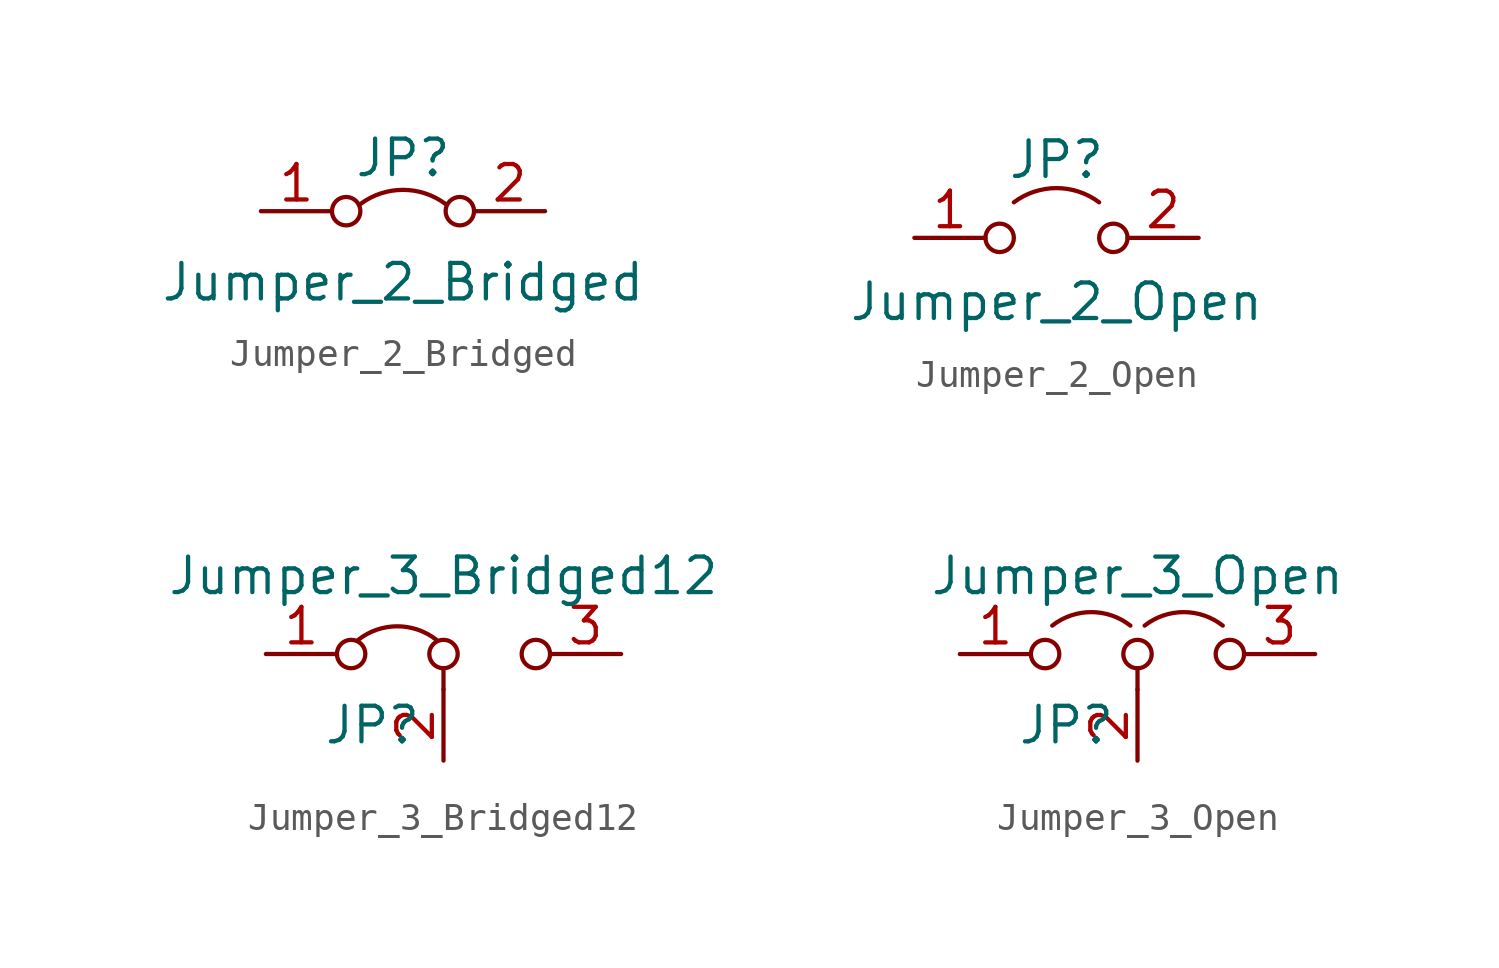
<source format=kicad_sym>
(kicad_symbol_lib
  (version 20200908)
  (generator kicad_symbol_editor)
  (symbol "Jumper:Jumper_2_Bridged"
    (pin_names
      (offset 0) hide)
    (property "Reference" "JP"
      (at 0 1.905 0)
      (effects (font (size 1.27 1.27))))
    (property "Value" "Jumper_2_Bridged"
      (at 0 -2.54 0)
      (effects (font (size 1.27 1.27))))
    (symbol "Jumper_2_Bridged_0_1"
      (arc (start -1.524 0.254) (end 1.524 0.254) (radius (at 0 -1.778) (length 2.54) (angles 126.9 53.1)) (stroke (width 0)) (fill (type none))))
    (symbol "Jumper_2_Bridged_0_0"
      (circle (center -2.032 0) (radius 0.508) (stroke (width 0)) (fill (type none)))
      (circle (center 2.032 0) (radius 0.508) (stroke (width 0)) (fill (type none))))
    (symbol "Jumper_2_Bridged_1_1"
      (pin passive line (at -5.08 0 0) (length 2.54) (name "A" (effects (font (size 1.27 1.27)))) (number "1" (effects (font (size 1.27 1.27)))))
      (pin passive line (at 5.08 0 180) (length 2.54) (name "B" (effects (font (size 1.27 1.27)))) (number "2" (effects (font (size 1.27 1.27)))))))
  (symbol "Jumper:Jumper_2_Open"
    (pin_names
      (offset 0) hide)
    (property "Reference" "JP"
      (at 0 2.794 0)
      (effects (font (size 1.27 1.27))))
    (property "Value" "Jumper_2_Open"
      (at 0 -2.286 0)
      (effects (font (size 1.27 1.27))))
    (symbol "Jumper_2_Open_0_1"
      (arc (start -1.524 1.27) (end 1.524 1.27) (radius (at 0 -0.762) (length 2.54) (angles 126.9 53.1)) (stroke (width 0)) (fill (type none))))
    (symbol "Jumper_2_Open_0_0"
      (circle (center -2.032 0) (radius 0.508) (stroke (width 0)) (fill (type none)))
      (circle (center 2.032 0) (radius 0.508) (stroke (width 0)) (fill (type none))))
    (symbol "Jumper_2_Open_1_1"
      (pin passive line (at -5.08 0 0) (length 2.54) (name "A" (effects (font (size 1.27 1.27)))) (number "1" (effects (font (size 1.27 1.27)))))
      (pin passive line (at 5.08 0 180) (length 2.54) (name "B" (effects (font (size 1.27 1.27)))) (number "2" (effects (font (size 1.27 1.27)))))))
  (symbol "Jumper:Jumper_3_Bridged12"
    (pin_names
      (offset 0) hide)
    (property "Reference" "JP"
      (at -2.54 -2.54 0)
      (effects (font (size 1.27 1.27))))
    (property "Value" "Jumper_3_Bridged12"
      (at 0 2.794 0)
      (effects (font (size 1.27 1.27))))
    (symbol "Jumper_3_Bridged12_0_1"
      (arc (start -3.048 0.508) (end -0.254 0.508) (radius (at -1.651 -1.27) (length 2.2606) (angles 128.2 51.8)) (stroke (width 0)) (fill (type none)))
      (polyline (pts (xy 0 -1.27) (xy 0 -0.508)) (stroke (width 0)) (fill (type none))))
    (symbol "Jumper_3_Bridged12_0_0"
      (circle (center -3.302 0) (radius 0.508) (stroke (width 0)) (fill (type none)))
      (circle (center 0 0) (radius 0.508) (stroke (width 0)) (fill (type none)))
      (circle (center 3.302 0) (radius 0.508) (stroke (width 0)) (fill (type none))))
    (symbol "Jumper_3_Bridged12_1_1"
      (pin passive line (at -6.35 0 0) (length 2.54) (name "A" (effects (font (size 1.27 1.27)))) (number "1" (effects (font (size 1.27 1.27)))))
      (pin input line (at 0 -3.81 90) (length 2.54) (name "C" (effects (font (size 1.27 1.27)))) (number "2" (effects (font (size 1.27 1.27)))))
      (pin passive line (at 6.35 0 180) (length 2.54) (name "B" (effects (font (size 1.27 1.27)))) (number "3" (effects (font (size 1.27 1.27)))))))
  (symbol "Jumper:Jumper_3_Open"
    (pin_names
      (offset 0) hide)
    (property "Reference" "JP"
      (at -2.54 -2.54 0)
      (effects (font (size 1.27 1.27))))
    (property "Value" "Jumper_3_Open"
      (at 0 2.794 0)
      (effects (font (size 1.27 1.27))))
    (symbol "Jumper_3_Open_0_1"
      (arc (start -3.048 1.016) (end -0.254 1.016) (radius (at -1.651 -0.762) (length 2.2606) (angles 128.2 51.8)) (stroke (width 0)) (fill (type none)))
      (arc (start 0.254 1.016) (end 3.048 1.016) (radius (at 1.651 -0.762) (length 2.2606) (angles 128.2 51.8)) (stroke (width 0)) (fill (type none)))
      (polyline (pts (xy 0 -0.508) (xy 0 -1.27)) (stroke (width 0)) (fill (type none))))
    (symbol "Jumper_3_Open_0_0"
      (circle (center -3.302 0) (radius 0.508) (stroke (width 0)) (fill (type none)))
      (circle (center 0 0) (radius 0.508) (stroke (width 0)) (fill (type none)))
      (circle (center 3.302 0) (radius 0.508) (stroke (width 0)) (fill (type none))))
    (symbol "Jumper_3_Open_1_1"
      (pin passive line (at -6.35 0 0) (length 2.54) (name "A" (effects (font (size 1.27 1.27)))) (number "1" (effects (font (size 1.27 1.27)))))
      (pin input line (at 0 -3.81 90) (length 2.54) (name "C" (effects (font (size 1.27 1.27)))) (number "2" (effects (font (size 1.27 1.27)))))
      (pin passive line (at 6.35 0 180) (length 2.54) (name "B" (effects (font (size 1.27 1.27)))) (number "3" (effects (font (size 1.27 1.27))))))))
</source>
